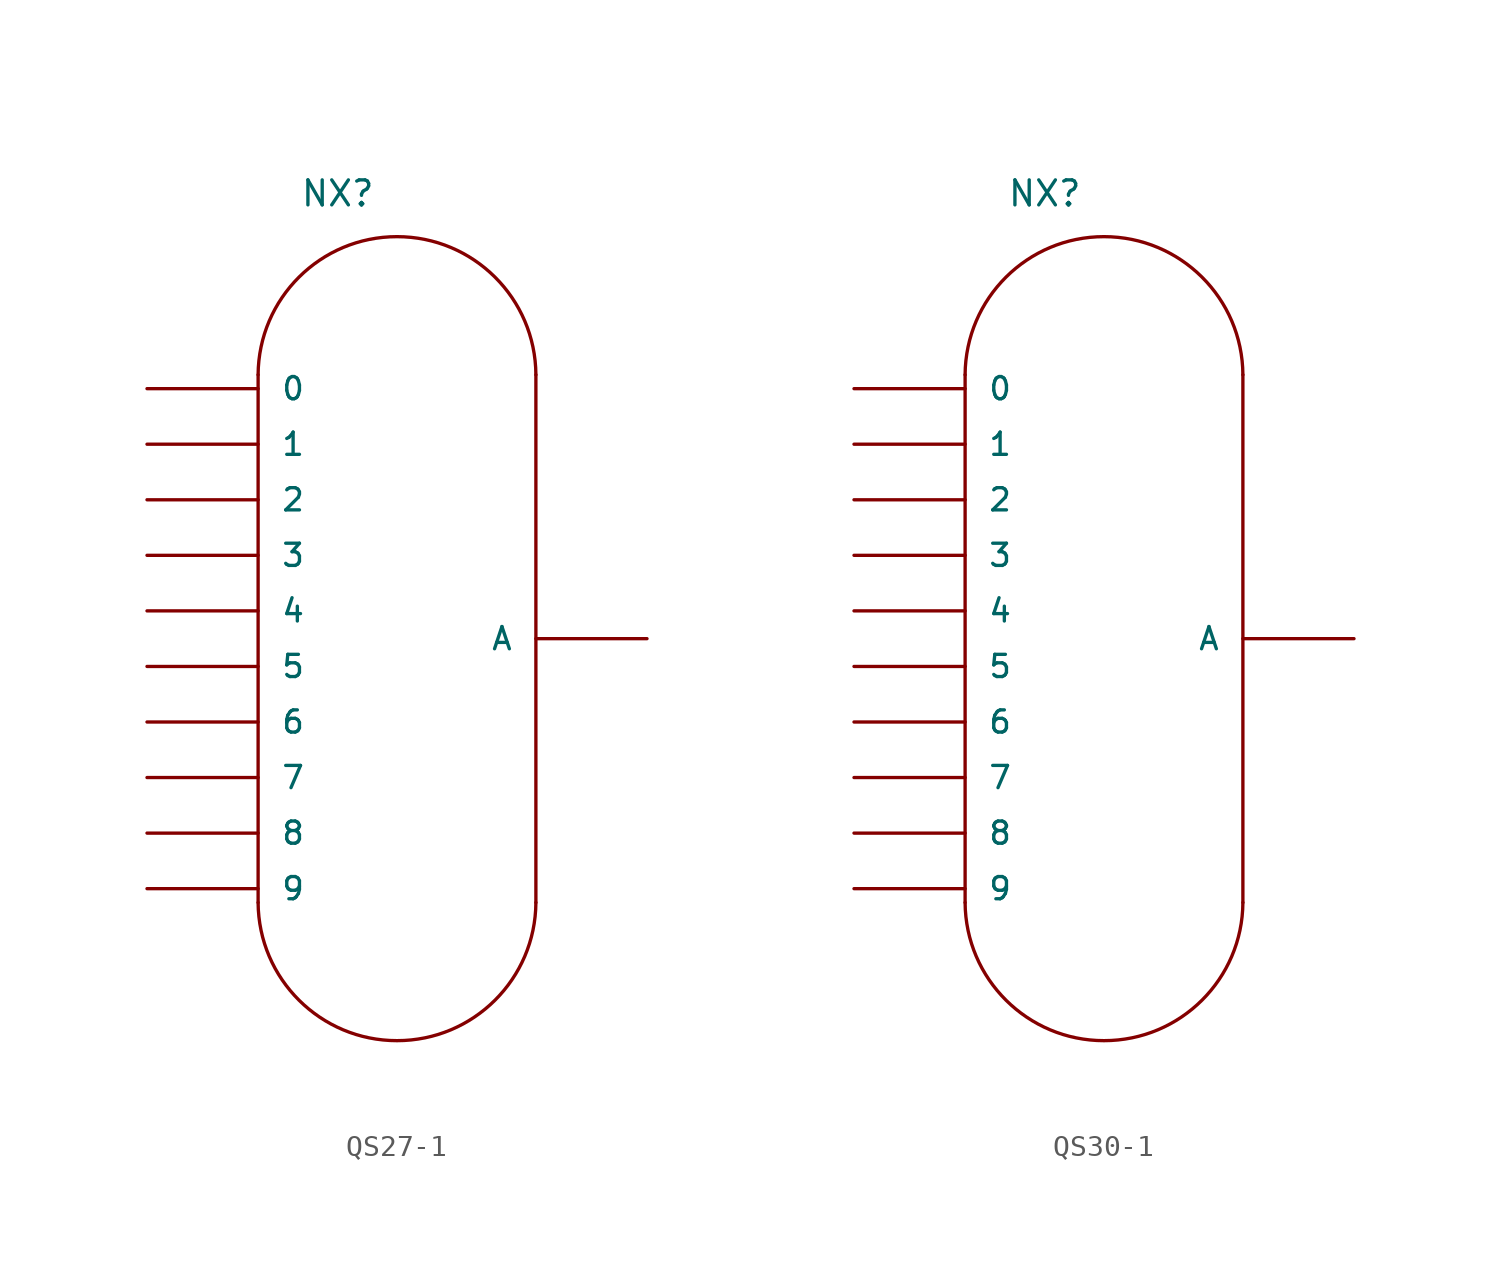
<source format=kicad_sym>
(kicad_symbol_lib
  (version 20220914)
  (generator kicad_symbol_editor)
  (symbol "QS27-1"
    (pin_numbers hide)
    (pin_names
      (offset 1.016))
    (property "Reference" "NX"
      (at -5.715 19.685 0)
      (effects (font (size 1.143 1.143)) (justify left bottom)))
    (symbol "QS27-1_1_0"
      (polyline (pts (xy -7.62 -12.065) (xy -7.62 12.065)) (stroke (width 0) (type solid)) (fill (type none)))
      (polyline (pts (xy 5.08 -12.065) (xy 5.08 12.065)) (stroke (width 0) (type solid)) (fill (type none))))
    (symbol "QS27-1_1_1"
      (arc (start -7.62 -12.065) (mid -1.27 -18.3874) (end 5.08 -12.065) (stroke (width 0) (type solid)) (fill (type none)))
      (arc (start 5.08 12.065) (mid -1.27 18.3874) (end -7.62 12.065) (stroke (width 0) (type solid)) (fill (type none)))
      (pin bidirectional line (at -12.7 11.43 0) (length 5.08) (name "0" (effects (font (size 1.016 1.016)))) (number "0" (effects (font (size 1.016 1.016)))))
      (pin bidirectional line (at -12.7 8.89 0) (length 5.08) (name "1" (effects (font (size 1.016 1.016)))) (number "1" (effects (font (size 1.016 1.016)))))
      (pin bidirectional line (at -12.7 6.35 0) (length 5.08) (name "2" (effects (font (size 1.016 1.016)))) (number "2" (effects (font (size 1.016 1.016)))))
      (pin bidirectional line (at -12.7 3.81 0) (length 5.08) (name "3" (effects (font (size 1.016 1.016)))) (number "3" (effects (font (size 1.016 1.016)))))
      (pin bidirectional line (at -12.7 1.27 0) (length 5.08) (name "4" (effects (font (size 1.016 1.016)))) (number "4" (effects (font (size 1.016 1.016)))))
      (pin bidirectional line (at -12.7 -1.27 0) (length 5.08) (name "5" (effects (font (size 1.016 1.016)))) (number "5" (effects (font (size 1.016 1.016)))))
      (pin bidirectional line (at -12.7 -3.81 0) (length 5.08) (name "6" (effects (font (size 1.016 1.016)))) (number "6" (effects (font (size 1.016 1.016)))))
      (pin bidirectional line (at -12.7 -6.35 0) (length 5.08) (name "7" (effects (font (size 1.016 1.016)))) (number "7" (effects (font (size 1.016 1.016)))))
      (pin bidirectional line (at -12.7 -8.89 0) (length 5.08) (name "8" (effects (font (size 1.016 1.016)))) (number "8" (effects (font (size 1.016 1.016)))))
      (pin bidirectional line (at -12.7 -11.43 0) (length 5.08) (name "9" (effects (font (size 1.016 1.016)))) (number "9" (effects (font (size 1.016 1.016)))))
      (pin bidirectional line (at 10.16 0 180) (length 5.08) (name "A" (effects (font (size 1.016 1.016)))) (number "A" (effects (font (size 1.016 1.016)))))))
  (symbol "QS30-1"
    (pin_numbers hide)
    (pin_names
      (offset 1.016))
    (property "Reference" "NX"
      (at -5.715 19.685 0)
      (effects (font (size 1.143 1.143)) (justify left bottom)))
    (symbol "QS30-1_1_0"
      (polyline (pts (xy -7.62 -12.065) (xy -7.62 12.065)) (stroke (width 0) (type solid)) (fill (type none)))
      (polyline (pts (xy 5.08 -12.065) (xy 5.08 12.065)) (stroke (width 0) (type solid)) (fill (type none))))
    (symbol "QS30-1_1_1"
      (arc (start -7.62 -12.065) (mid -1.27 -18.3874) (end 5.08 -12.065) (stroke (width 0) (type solid)) (fill (type none)))
      (arc (start 5.08 12.065) (mid -1.27 18.3874) (end -7.62 12.065) (stroke (width 0) (type solid)) (fill (type none)))
      (pin bidirectional line (at -12.7 11.43 0) (length 5.08) (name "0" (effects (font (size 1.016 1.016)))) (number "0" (effects (font (size 1.016 1.016)))))
      (pin bidirectional line (at -12.7 8.89 0) (length 5.08) (name "1" (effects (font (size 1.016 1.016)))) (number "1" (effects (font (size 1.016 1.016)))))
      (pin bidirectional line (at -12.7 6.35 0) (length 5.08) (name "2" (effects (font (size 1.016 1.016)))) (number "2" (effects (font (size 1.016 1.016)))))
      (pin bidirectional line (at -12.7 3.81 0) (length 5.08) (name "3" (effects (font (size 1.016 1.016)))) (number "3" (effects (font (size 1.016 1.016)))))
      (pin bidirectional line (at -12.7 1.27 0) (length 5.08) (name "4" (effects (font (size 1.016 1.016)))) (number "4" (effects (font (size 1.016 1.016)))))
      (pin bidirectional line (at -12.7 -1.27 0) (length 5.08) (name "5" (effects (font (size 1.016 1.016)))) (number "5" (effects (font (size 1.016 1.016)))))
      (pin bidirectional line (at -12.7 -3.81 0) (length 5.08) (name "6" (effects (font (size 1.016 1.016)))) (number "6" (effects (font (size 1.016 1.016)))))
      (pin bidirectional line (at -12.7 -6.35 0) (length 5.08) (name "7" (effects (font (size 1.016 1.016)))) (number "7" (effects (font (size 1.016 1.016)))))
      (pin bidirectional line (at -12.7 -8.89 0) (length 5.08) (name "8" (effects (font (size 1.016 1.016)))) (number "8" (effects (font (size 1.016 1.016)))))
      (pin bidirectional line (at -12.7 -11.43 0) (length 5.08) (name "9" (effects (font (size 1.016 1.016)))) (number "9" (effects (font (size 1.016 1.016)))))
      (pin bidirectional line (at 10.16 0 180) (length 5.08) (name "A" (effects (font (size 1.016 1.016)))) (number "A" (effects (font (size 1.016 1.016))))))))
</source>
